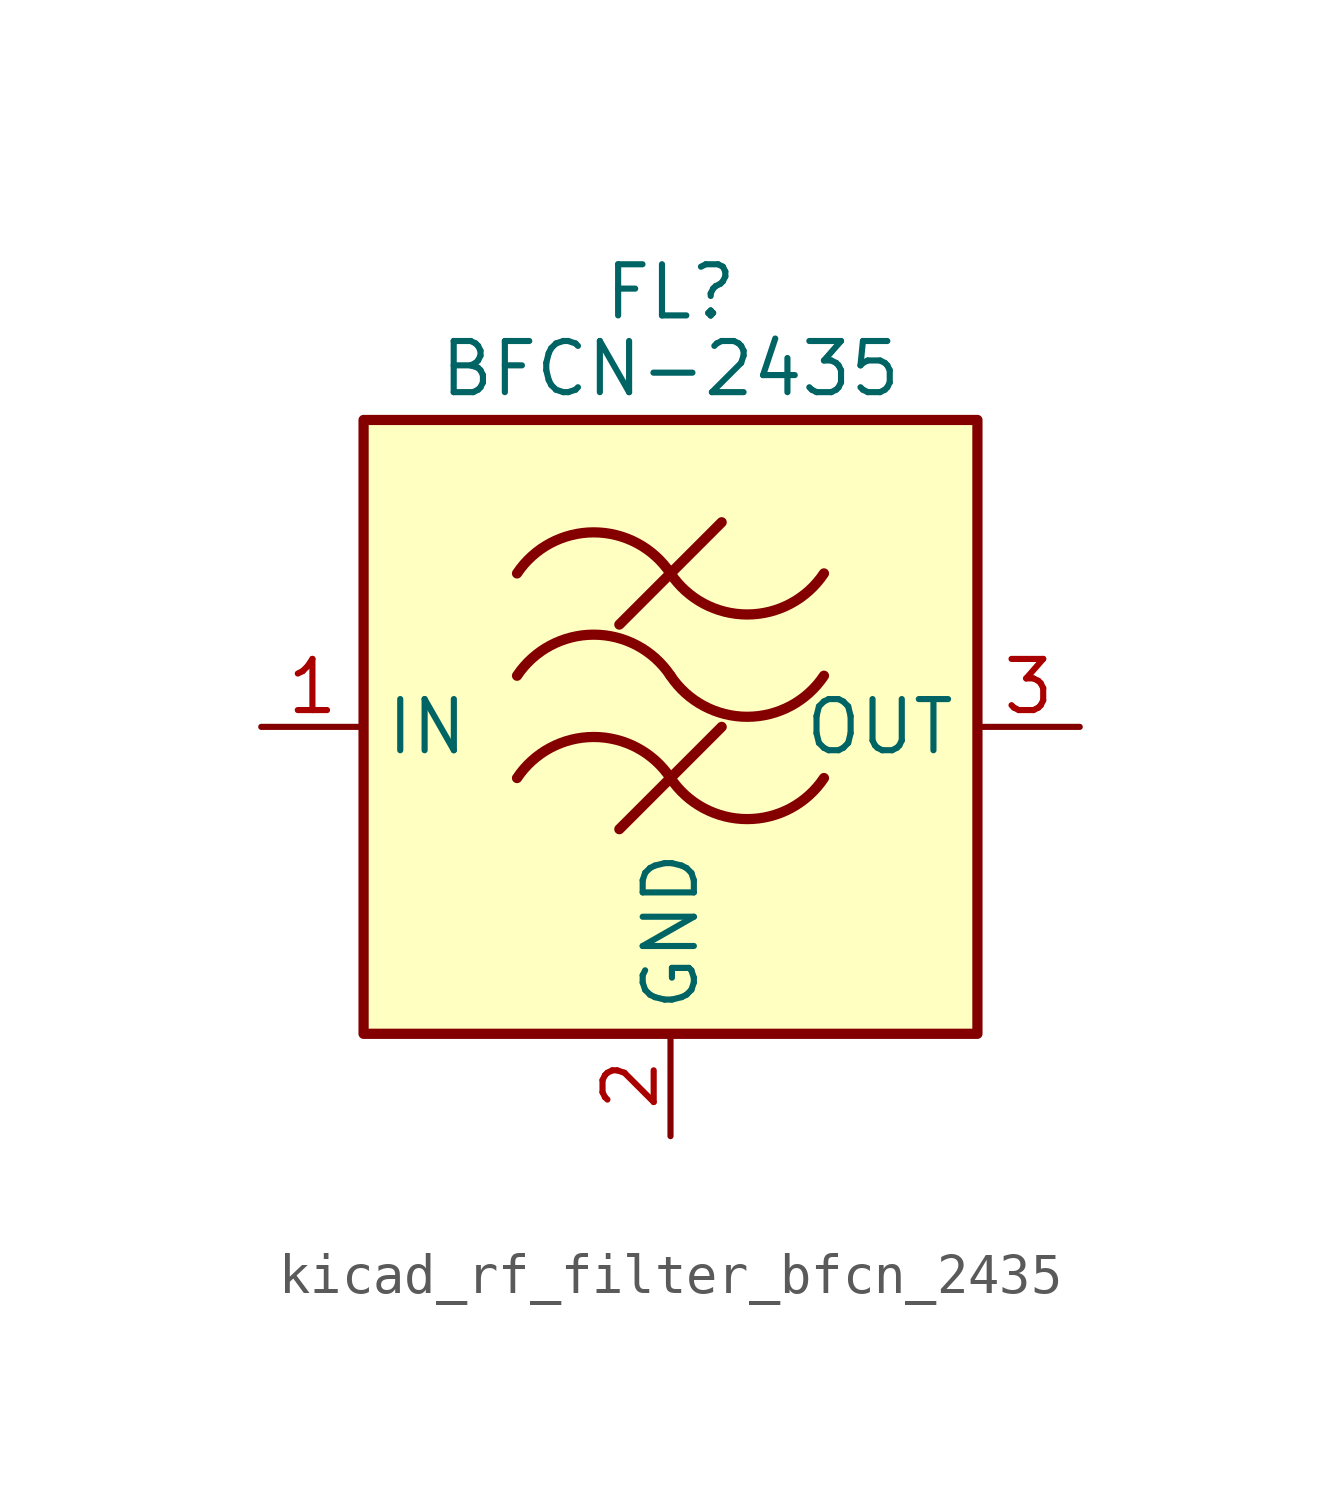
<source format=kicad_sym>
(kicad_symbol_lib
  (version 20220914)
  (generator kicad_symbol_editor)
  (symbol "kicad_rf_filter_bfcn_2435"
    (property "Reference" "FL"
      (at 0 10.795 0)
      (effects (font (size 1.27 1.27))))
    (property "Value" "BFCN-2435"
      (at 0 8.89 0)
      (effects (font (size 1.27 1.27))))
    (symbol "kicad_rf_filter_bfcn_2435_0_1"
      (rectangle (start -7.62 7.62) (end 7.62 -7.62) (stroke (width 0.254) (type default)) (fill (type background)))
      (arc (start 0 -1.27) (mid -1.905 -0.2505) (end -3.81 -1.27) (stroke (width 0.254) (type default)) (fill (type none)))
      (arc (start 0 -1.27) (mid 1.905 -2.2895) (end 3.81 -1.27) (stroke (width 0.254) (type default)) (fill (type none)))
      (polyline (pts (xy -1.27 -2.54) (xy 1.27 0)) (stroke (width 0.254) (type default)) (fill (type none)))
      (polyline (pts (xy -1.27 2.54) (xy 1.27 5.08)) (stroke (width 0.254) (type default)) (fill (type none)))
      (arc (start 0 1.27) (mid -1.905 2.2895) (end -3.81 1.27) (stroke (width 0.254) (type default)) (fill (type none)))
      (arc (start 0 1.27) (mid 1.905 0.2505) (end 3.81 1.27) (stroke (width 0.254) (type default)) (fill (type none)))
      (arc (start 0 3.81) (mid -1.905 4.8295) (end -3.81 3.81) (stroke (width 0.254) (type default)) (fill (type none)))
      (arc (start 0 3.81) (mid 1.905 2.7905) (end 3.81 3.81) (stroke (width 0.254) (type default)) (fill (type none))))
    (symbol "kicad_rf_filter_bfcn_2435_1_1"
      (pin passive line (at -10.16 0 0) (length 2.54) (name "IN" (effects (font (size 1.27 1.27)))) (number "1" (effects (font (size 1.27 1.27)))))
      (pin passive line (at 0 -10.16 90) (length 2.54) (name "GND" (effects (font (size 1.27 1.27)))) (number "2" (effects (font (size 1.27 1.27)))))
      (pin passive line (at 10.16 0 180) (length 2.54) (name "OUT" (effects (font (size 1.27 1.27)))) (number "3" (effects (font (size 1.27 1.27)))))
      (pin passive line (at 0 -10.16 90) (length 2.54) hide (name "GND" (effects (font (size 1.27 1.27)))) (number "4" (effects (font (size 1.27 1.27))))))))
</source>
